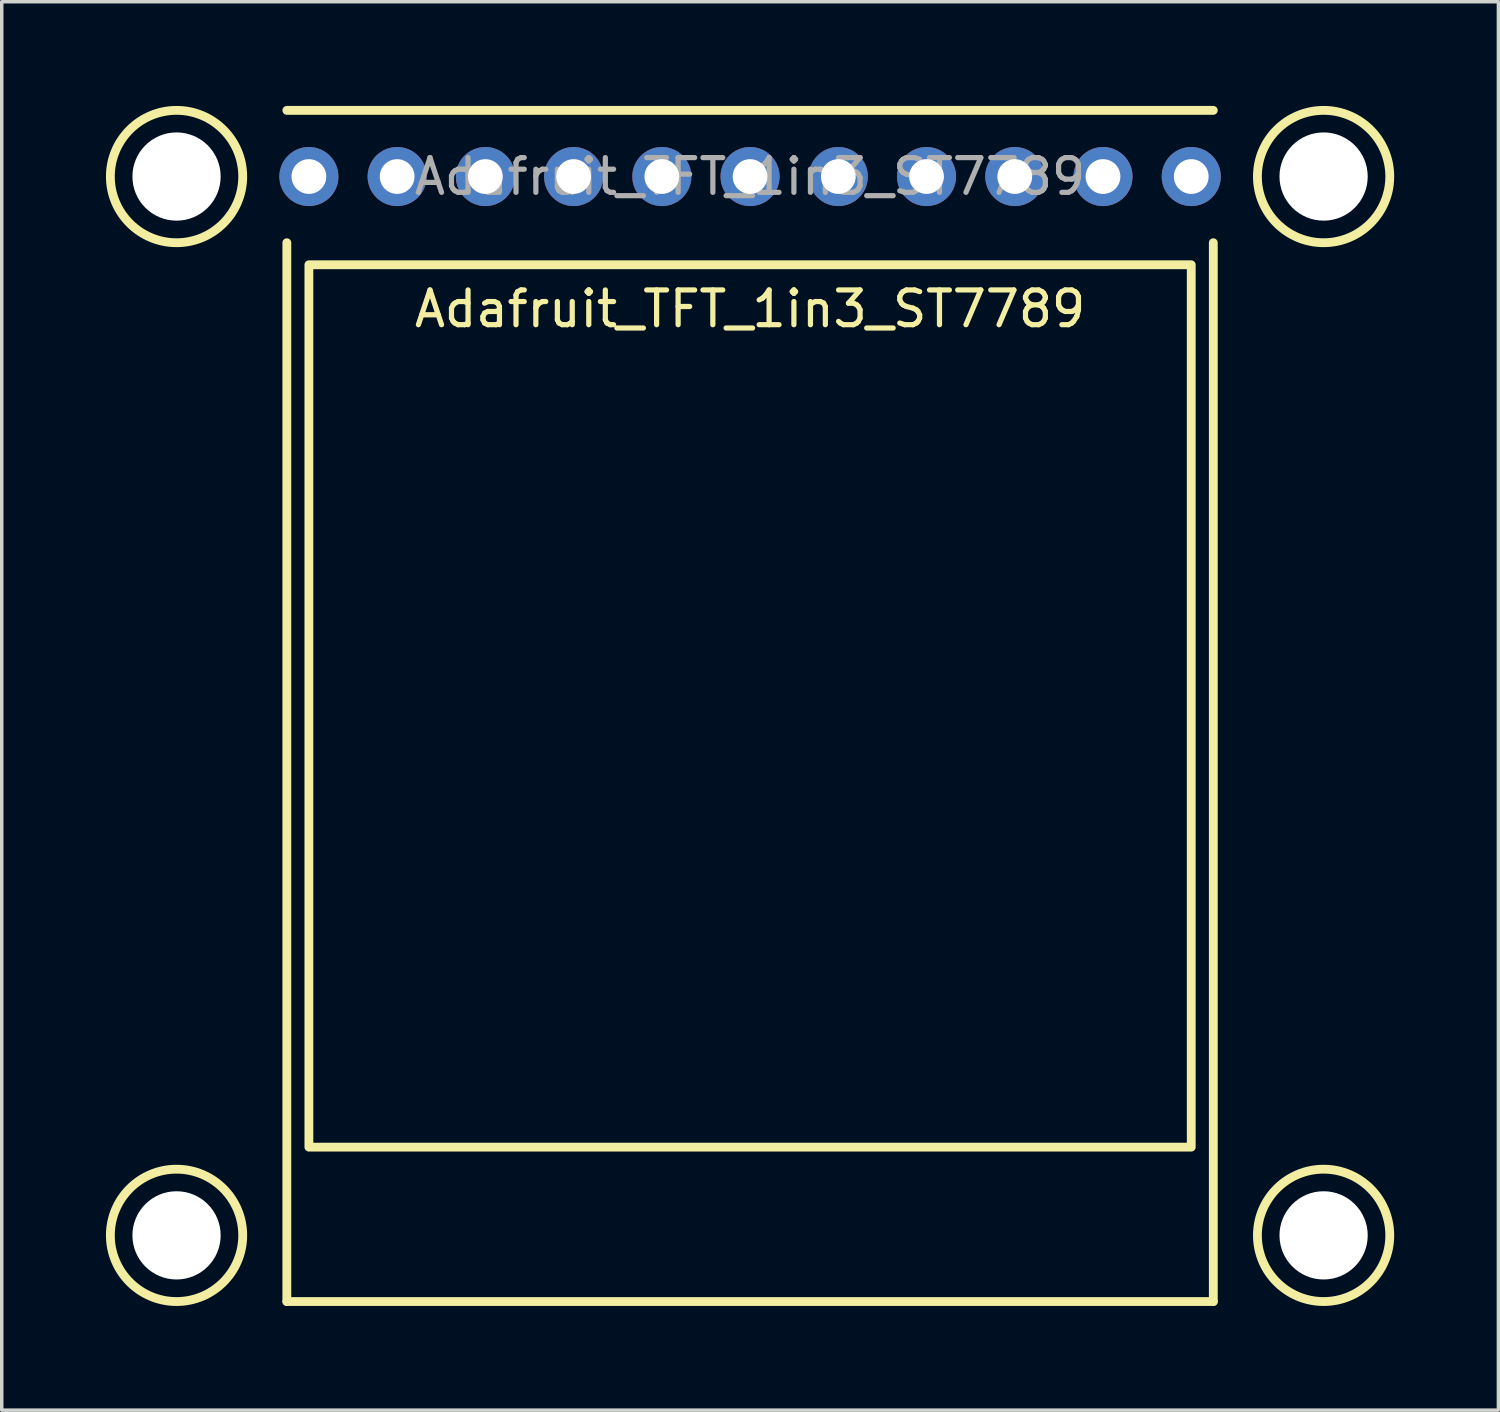
<source format=kicad_pcb>
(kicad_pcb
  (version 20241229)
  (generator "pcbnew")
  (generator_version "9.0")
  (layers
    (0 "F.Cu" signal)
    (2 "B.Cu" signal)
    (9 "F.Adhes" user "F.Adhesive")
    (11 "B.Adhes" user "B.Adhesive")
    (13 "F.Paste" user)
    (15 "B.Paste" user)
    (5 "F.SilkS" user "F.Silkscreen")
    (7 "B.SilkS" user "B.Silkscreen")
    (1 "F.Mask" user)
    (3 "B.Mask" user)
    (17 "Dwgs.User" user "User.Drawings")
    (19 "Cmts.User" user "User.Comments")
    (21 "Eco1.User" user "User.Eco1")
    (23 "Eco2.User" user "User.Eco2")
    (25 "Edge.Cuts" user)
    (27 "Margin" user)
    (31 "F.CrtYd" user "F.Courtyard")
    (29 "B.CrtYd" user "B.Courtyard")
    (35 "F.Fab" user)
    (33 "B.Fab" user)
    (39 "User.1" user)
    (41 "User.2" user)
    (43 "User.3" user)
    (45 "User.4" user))
  (footprint "Adafruit_TFT_1in3_ST7789"
    (layer "F.Cu")
    (at 18.542 2.032)
    (property "Reference" "Adafruit_TFT_1in3_ST7789" (at 0 3.81 0) (layer "F.SilkS") (effects (font (size 1 1) (thickness 0.15))))
    (attr through_hole)
    (fp_line (start -13.335 1.905) (end -13.335 32.385) (stroke (width 0.254) (type solid)) (layer "F.SilkS"))
    (fp_line (start 13.335 -1.905) (end -13.335 -1.905) (stroke (width 0.254) (type solid)) (layer "F.SilkS"))
    (fp_line (start 13.335 1.905) (end 13.335 32.385) (stroke (width 0.254) (type solid)) (layer "F.SilkS"))
    (fp_line (start 13.335 32.385) (end -13.335 32.385) (stroke (width 0.254) (type solid)) (layer "F.SilkS"))
    (fp_rect (start -12.7 2.54) (end 12.7 27.94) (stroke (width 0.254) (type solid)) (fill no) (layer "F.SilkS"))
    (fp_circle (center -16.51 0) (end -14.605 0) (stroke (width 0.254) (type solid)) (fill no) (layer "F.SilkS"))
    (fp_circle (center -16.51 30.48) (end -14.605 30.48) (stroke (width 0.254) (type solid)) (fill no) (layer "F.SilkS"))
    (fp_circle (center 16.51 0) (end 18.415 0) (stroke (width 0.254) (type solid)) (fill no) (layer "F.SilkS"))
    (fp_circle (center 16.51 30.48) (end 18.415 30.48) (stroke (width 0.254) (type solid)) (fill no) (layer "F.SilkS"))
    (fp_text user "${REFERENCE}" (at 0 0 0) (layer "F.Fab") (effects (font (size 1 1) (thickness 0.15))))
    (pad "" np_thru_hole circle (at -16.51 0) (size 2.54 2.54) (drill 2.54) (layers "*.Cu" "*.Mask"))
    (pad "" np_thru_hole circle (at -16.51 30.48) (size 2.54 2.54) (drill 2.54) (layers "*.Cu" "*.Mask"))
    (pad "" np_thru_hole circle (at 16.51 0) (size 2.54 2.54) (drill 2.54) (layers "*.Cu" "*.Mask"))
    (pad "" np_thru_hole circle (at 16.51 30.48) (size 2.54 2.54) (drill 2.54) (layers "*.Cu" "*.Mask"))
    (pad "1" thru_hole circle (at 12.7 0 270) (size 1.7 1.7) (drill 1) (layers "*.Cu" "*.Mask"))
    (pad "2" thru_hole oval (at 10.16 0 270) (size 1.7 1.7) (drill 1) (layers "*.Cu" "*.Mask"))
    (pad "3" thru_hole oval (at 7.62 0 270) (size 1.7 1.7) (drill 1) (layers "*.Cu" "*.Mask"))
    (pad "4" thru_hole oval (at 5.08 0 270) (size 1.7 1.7) (drill 1) (layers "*.Cu" "*.Mask"))
    (pad "5" thru_hole oval (at 2.54 0 270) (size 1.7 1.7) (drill 1) (layers "*.Cu" "*.Mask"))
    (pad "6" thru_hole oval (at 0 0 270) (size 1.7 1.7) (drill 1) (layers "*.Cu" "*.Mask"))
    (pad "7" thru_hole oval (at -2.54 0 270) (size 1.7 1.7) (drill 1) (layers "*.Cu" "*.Mask"))
    (pad "8" thru_hole oval (at -5.08 0 270) (size 1.7 1.7) (drill 1) (layers "*.Cu" "*.Mask"))
    (pad "9" thru_hole oval (at -7.62 0 270) (size 1.7 1.7) (drill 1) (layers "*.Cu" "*.Mask"))
    (pad "10" thru_hole oval (at -10.16 0 270) (size 1.7 1.7) (drill 1) (layers "*.Cu" "*.Mask"))
    (pad "11" thru_hole oval (at -12.7 0 270) (size 1.7 1.7) (drill 1) (layers "*.Cu" "*.Mask")))
  (gr_rect
    (start -3 -3)
    (end 40.084 37.544)
    (stroke (width 0.1) (type default))
    (fill no)
    (layer "Edge.Cuts")))
</source>
